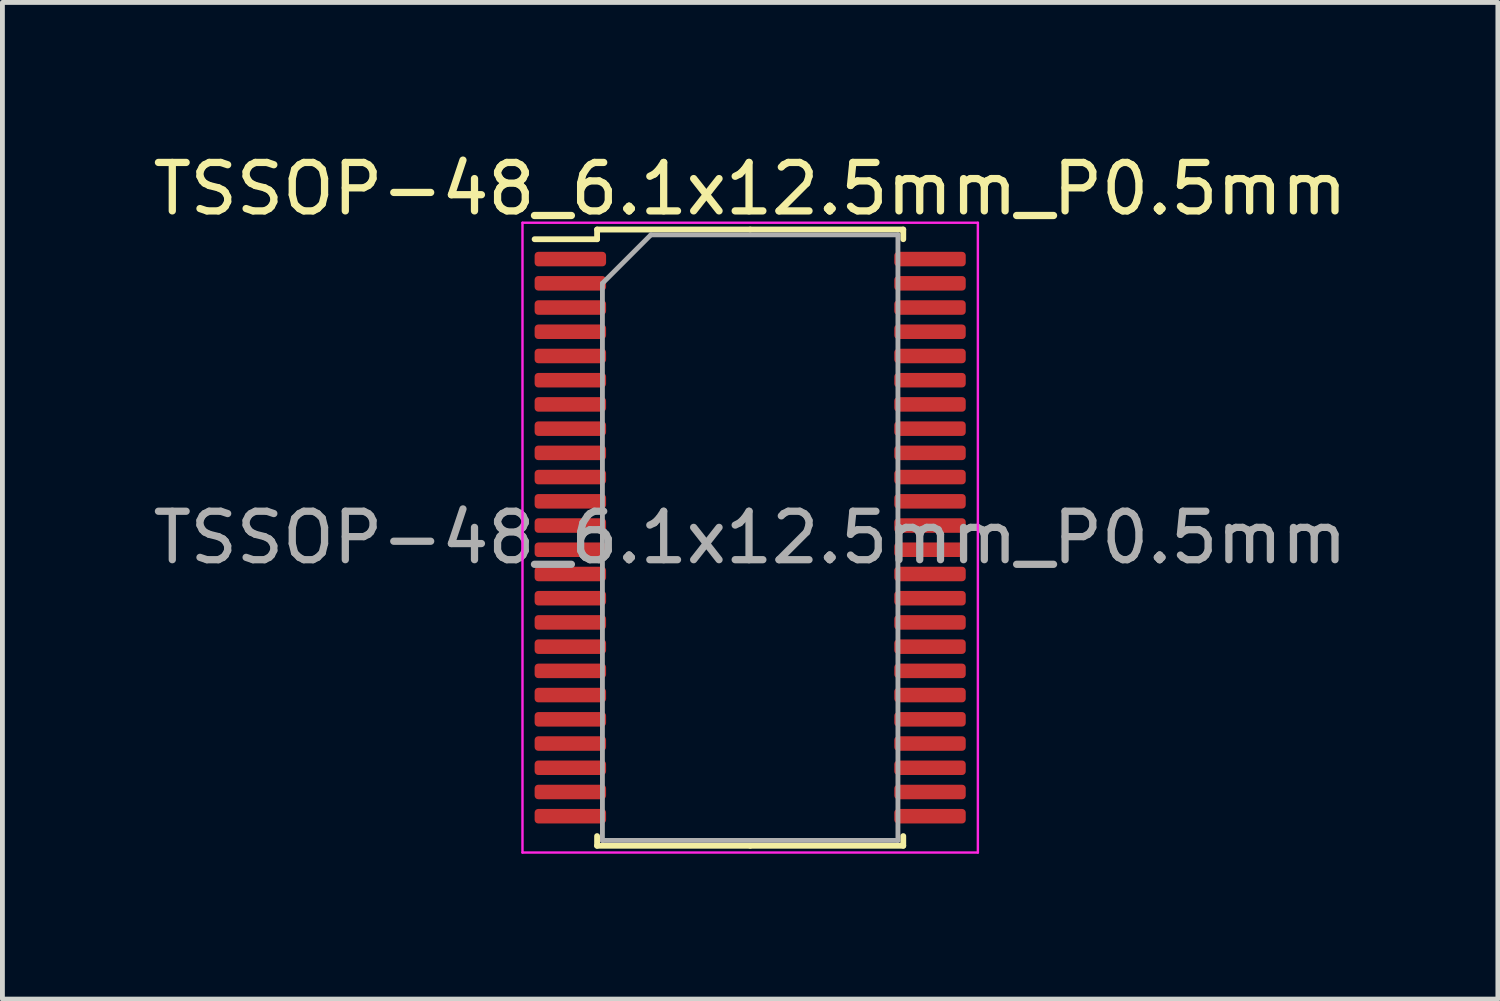
<source format=kicad_pcb>
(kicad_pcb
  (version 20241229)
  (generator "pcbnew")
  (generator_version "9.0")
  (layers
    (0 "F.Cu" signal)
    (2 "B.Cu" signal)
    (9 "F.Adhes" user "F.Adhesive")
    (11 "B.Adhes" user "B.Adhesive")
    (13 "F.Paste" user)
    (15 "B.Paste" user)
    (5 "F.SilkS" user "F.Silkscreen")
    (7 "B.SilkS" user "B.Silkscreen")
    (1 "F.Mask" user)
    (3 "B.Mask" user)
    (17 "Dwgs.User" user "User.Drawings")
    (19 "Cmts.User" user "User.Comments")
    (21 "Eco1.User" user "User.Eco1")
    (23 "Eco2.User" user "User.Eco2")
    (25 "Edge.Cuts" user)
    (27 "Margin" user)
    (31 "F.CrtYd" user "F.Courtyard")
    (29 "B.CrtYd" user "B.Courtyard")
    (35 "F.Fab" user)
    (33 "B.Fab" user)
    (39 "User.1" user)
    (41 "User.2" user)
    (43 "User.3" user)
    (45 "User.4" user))
  (footprint "TSSOP-48_6.1x12.5mm_P0.5mm"
    (layer "F.Cu")
    (at 12.435 8.048)
    (property "Reference" "TSSOP-48_6.1x12.5mm_P0.5mm" (at 0 -7.2 0) (layer "F.SilkS") (effects (font (size 1 1) (thickness 0.15))))
    (attr smd)
    (fp_line (start -3.16 -6.36) (end -3.16 -6.16) (stroke (width 0.12) (type solid)) (layer "F.SilkS"))
    (fp_line (start -3.16 -6.16) (end -4.45 -6.16) (stroke (width 0.12) (type solid)) (layer "F.SilkS"))
    (fp_line (start -3.16 6.36) (end -3.16 6.16) (stroke (width 0.12) (type solid)) (layer "F.SilkS"))
    (fp_line (start 0 -6.36) (end -3.16 -6.36) (stroke (width 0.12) (type solid)) (layer "F.SilkS"))
    (fp_line (start 0 -6.36) (end 3.16 -6.36) (stroke (width 0.12) (type solid)) (layer "F.SilkS"))
    (fp_line (start 0 6.36) (end -3.16 6.36) (stroke (width 0.12) (type solid)) (layer "F.SilkS"))
    (fp_line (start 0 6.36) (end 3.16 6.36) (stroke (width 0.12) (type solid)) (layer "F.SilkS"))
    (fp_line (start 3.16 -6.36) (end 3.16 -6.16) (stroke (width 0.12) (type solid)) (layer "F.SilkS"))
    (fp_line (start 3.16 6.36) (end 3.16 6.16) (stroke (width 0.12) (type solid)) (layer "F.SilkS"))
    (fp_line (start -4.7 -6.5) (end -4.7 6.5) (stroke (width 0.05) (type solid)) (layer "F.CrtYd"))
    (fp_line (start -4.7 6.5) (end 4.7 6.5) (stroke (width 0.05) (type solid)) (layer "F.CrtYd"))
    (fp_line (start 4.7 -6.5) (end -4.7 -6.5) (stroke (width 0.05) (type solid)) (layer "F.CrtYd"))
    (fp_line (start 4.7 6.5) (end 4.7 -6.5) (stroke (width 0.05) (type solid)) (layer "F.CrtYd"))
    (fp_line (start -3.05 -5.25) (end -2.05 -6.25) (stroke (width 0.1) (type solid)) (layer "F.Fab"))
    (fp_line (start -3.05 6.25) (end -3.05 -5.25) (stroke (width 0.1) (type solid)) (layer "F.Fab"))
    (fp_line (start -2.05 -6.25) (end 3.05 -6.25) (stroke (width 0.1) (type solid)) (layer "F.Fab"))
    (fp_line (start 3.05 -6.25) (end 3.05 6.25) (stroke (width 0.1) (type solid)) (layer "F.Fab"))
    (fp_line (start 3.05 6.25) (end -3.05 6.25) (stroke (width 0.1) (type solid)) (layer "F.Fab"))
    (fp_text user "${REFERENCE}" (at 0 0 0) (layer "F.Fab") (effects (font (size 1 1) (thickness 0.15))))
    (pad "1" smd roundrect (at -3.712 -5.75) (size 1.475 0.3) (layers "F.Cu" "F.Mask" "F.Paste") (roundrect_rratio 0.25))
    (pad "2" smd roundrect (at -3.712 -5.25) (size 1.475 0.3) (layers "F.Cu" "F.Mask" "F.Paste") (roundrect_rratio 0.25))
    (pad "3" smd roundrect (at -3.712 -4.75) (size 1.475 0.3) (layers "F.Cu" "F.Mask" "F.Paste") (roundrect_rratio 0.25))
    (pad "4" smd roundrect (at -3.712 -4.25) (size 1.475 0.3) (layers "F.Cu" "F.Mask" "F.Paste") (roundrect_rratio 0.25))
    (pad "5" smd roundrect (at -3.712 -3.75) (size 1.475 0.3) (layers "F.Cu" "F.Mask" "F.Paste") (roundrect_rratio 0.25))
    (pad "6" smd roundrect (at -3.712 -3.25) (size 1.475 0.3) (layers "F.Cu" "F.Mask" "F.Paste") (roundrect_rratio 0.25))
    (pad "7" smd roundrect (at -3.712 -2.75) (size 1.475 0.3) (layers "F.Cu" "F.Mask" "F.Paste") (roundrect_rratio 0.25))
    (pad "8" smd roundrect (at -3.712 -2.25) (size 1.475 0.3) (layers "F.Cu" "F.Mask" "F.Paste") (roundrect_rratio 0.25))
    (pad "9" smd roundrect (at -3.712 -1.75) (size 1.475 0.3) (layers "F.Cu" "F.Mask" "F.Paste") (roundrect_rratio 0.25))
    (pad "10" smd roundrect (at -3.712 -1.25) (size 1.475 0.3) (layers "F.Cu" "F.Mask" "F.Paste") (roundrect_rratio 0.25))
    (pad "11" smd roundrect (at -3.712 -0.75) (size 1.475 0.3) (layers "F.Cu" "F.Mask" "F.Paste") (roundrect_rratio 0.25))
    (pad "12" smd roundrect (at -3.712 -0.25) (size 1.475 0.3) (layers "F.Cu" "F.Mask" "F.Paste") (roundrect_rratio 0.25))
    (pad "13" smd roundrect (at -3.712 0.25) (size 1.475 0.3) (layers "F.Cu" "F.Mask" "F.Paste") (roundrect_rratio 0.25))
    (pad "14" smd roundrect (at -3.712 0.75) (size 1.475 0.3) (layers "F.Cu" "F.Mask" "F.Paste") (roundrect_rratio 0.25))
    (pad "15" smd roundrect (at -3.712 1.25) (size 1.475 0.3) (layers "F.Cu" "F.Mask" "F.Paste") (roundrect_rratio 0.25))
    (pad "16" smd roundrect (at -3.712 1.75) (size 1.475 0.3) (layers "F.Cu" "F.Mask" "F.Paste") (roundrect_rratio 0.25))
    (pad "17" smd roundrect (at -3.712 2.25) (size 1.475 0.3) (layers "F.Cu" "F.Mask" "F.Paste") (roundrect_rratio 0.25))
    (pad "18" smd roundrect (at -3.712 2.75) (size 1.475 0.3) (layers "F.Cu" "F.Mask" "F.Paste") (roundrect_rratio 0.25))
    (pad "19" smd roundrect (at -3.712 3.25) (size 1.475 0.3) (layers "F.Cu" "F.Mask" "F.Paste") (roundrect_rratio 0.25))
    (pad "20" smd roundrect (at -3.712 3.75) (size 1.475 0.3) (layers "F.Cu" "F.Mask" "F.Paste") (roundrect_rratio 0.25))
    (pad "21" smd roundrect (at -3.712 4.25) (size 1.475 0.3) (layers "F.Cu" "F.Mask" "F.Paste") (roundrect_rratio 0.25))
    (pad "22" smd roundrect (at -3.712 4.75) (size 1.475 0.3) (layers "F.Cu" "F.Mask" "F.Paste") (roundrect_rratio 0.25))
    (pad "23" smd roundrect (at -3.712 5.25) (size 1.475 0.3) (layers "F.Cu" "F.Mask" "F.Paste") (roundrect_rratio 0.25))
    (pad "24" smd roundrect (at -3.712 5.75) (size 1.475 0.3) (layers "F.Cu" "F.Mask" "F.Paste") (roundrect_rratio 0.25))
    (pad "25" smd roundrect (at 3.712 5.75) (size 1.475 0.3) (layers "F.Cu" "F.Mask" "F.Paste") (roundrect_rratio 0.25))
    (pad "26" smd roundrect (at 3.712 5.25) (size 1.475 0.3) (layers "F.Cu" "F.Mask" "F.Paste") (roundrect_rratio 0.25))
    (pad "27" smd roundrect (at 3.712 4.75) (size 1.475 0.3) (layers "F.Cu" "F.Mask" "F.Paste") (roundrect_rratio 0.25))
    (pad "28" smd roundrect (at 3.712 4.25) (size 1.475 0.3) (layers "F.Cu" "F.Mask" "F.Paste") (roundrect_rratio 0.25))
    (pad "29" smd roundrect (at 3.712 3.75) (size 1.475 0.3) (layers "F.Cu" "F.Mask" "F.Paste") (roundrect_rratio 0.25))
    (pad "30" smd roundrect (at 3.712 3.25) (size 1.475 0.3) (layers "F.Cu" "F.Mask" "F.Paste") (roundrect_rratio 0.25))
    (pad "31" smd roundrect (at 3.712 2.75) (size 1.475 0.3) (layers "F.Cu" "F.Mask" "F.Paste") (roundrect_rratio 0.25))
    (pad "32" smd roundrect (at 3.712 2.25) (size 1.475 0.3) (layers "F.Cu" "F.Mask" "F.Paste") (roundrect_rratio 0.25))
    (pad "33" smd roundrect (at 3.712 1.75) (size 1.475 0.3) (layers "F.Cu" "F.Mask" "F.Paste") (roundrect_rratio 0.25))
    (pad "34" smd roundrect (at 3.712 1.25) (size 1.475 0.3) (layers "F.Cu" "F.Mask" "F.Paste") (roundrect_rratio 0.25))
    (pad "35" smd roundrect (at 3.712 0.75) (size 1.475 0.3) (layers "F.Cu" "F.Mask" "F.Paste") (roundrect_rratio 0.25))
    (pad "36" smd roundrect (at 3.712 0.25) (size 1.475 0.3) (layers "F.Cu" "F.Mask" "F.Paste") (roundrect_rratio 0.25))
    (pad "37" smd roundrect (at 3.712 -0.25) (size 1.475 0.3) (layers "F.Cu" "F.Mask" "F.Paste") (roundrect_rratio 0.25))
    (pad "38" smd roundrect (at 3.712 -0.75) (size 1.475 0.3) (layers "F.Cu" "F.Mask" "F.Paste") (roundrect_rratio 0.25))
    (pad "39" smd roundrect (at 3.712 -1.25) (size 1.475 0.3) (layers "F.Cu" "F.Mask" "F.Paste") (roundrect_rratio 0.25))
    (pad "40" smd roundrect (at 3.712 -1.75) (size 1.475 0.3) (layers "F.Cu" "F.Mask" "F.Paste") (roundrect_rratio 0.25))
    (pad "41" smd roundrect (at 3.712 -2.25) (size 1.475 0.3) (layers "F.Cu" "F.Mask" "F.Paste") (roundrect_rratio 0.25))
    (pad "42" smd roundrect (at 3.712 -2.75) (size 1.475 0.3) (layers "F.Cu" "F.Mask" "F.Paste") (roundrect_rratio 0.25))
    (pad "43" smd roundrect (at 3.712 -3.25) (size 1.475 0.3) (layers "F.Cu" "F.Mask" "F.Paste") (roundrect_rratio 0.25))
    (pad "44" smd roundrect (at 3.712 -3.75) (size 1.475 0.3) (layers "F.Cu" "F.Mask" "F.Paste") (roundrect_rratio 0.25))
    (pad "45" smd roundrect (at 3.712 -4.25) (size 1.475 0.3) (layers "F.Cu" "F.Mask" "F.Paste") (roundrect_rratio 0.25))
    (pad "46" smd roundrect (at 3.712 -4.75) (size 1.475 0.3) (layers "F.Cu" "F.Mask" "F.Paste") (roundrect_rratio 0.25))
    (pad "47" smd roundrect (at 3.712 -5.25) (size 1.475 0.3) (layers "F.Cu" "F.Mask" "F.Paste") (roundrect_rratio 0.25))
    (pad "48" smd roundrect (at 3.712 -5.75) (size 1.475 0.3) (layers "F.Cu" "F.Mask" "F.Paste") (roundrect_rratio 0.25)))
  (gr_rect
    (start -3 -3)
    (end 27.869 17.573)
    (stroke (width 0.1) (type default))
    (fill no)
    (layer "Edge.Cuts")))
</source>
